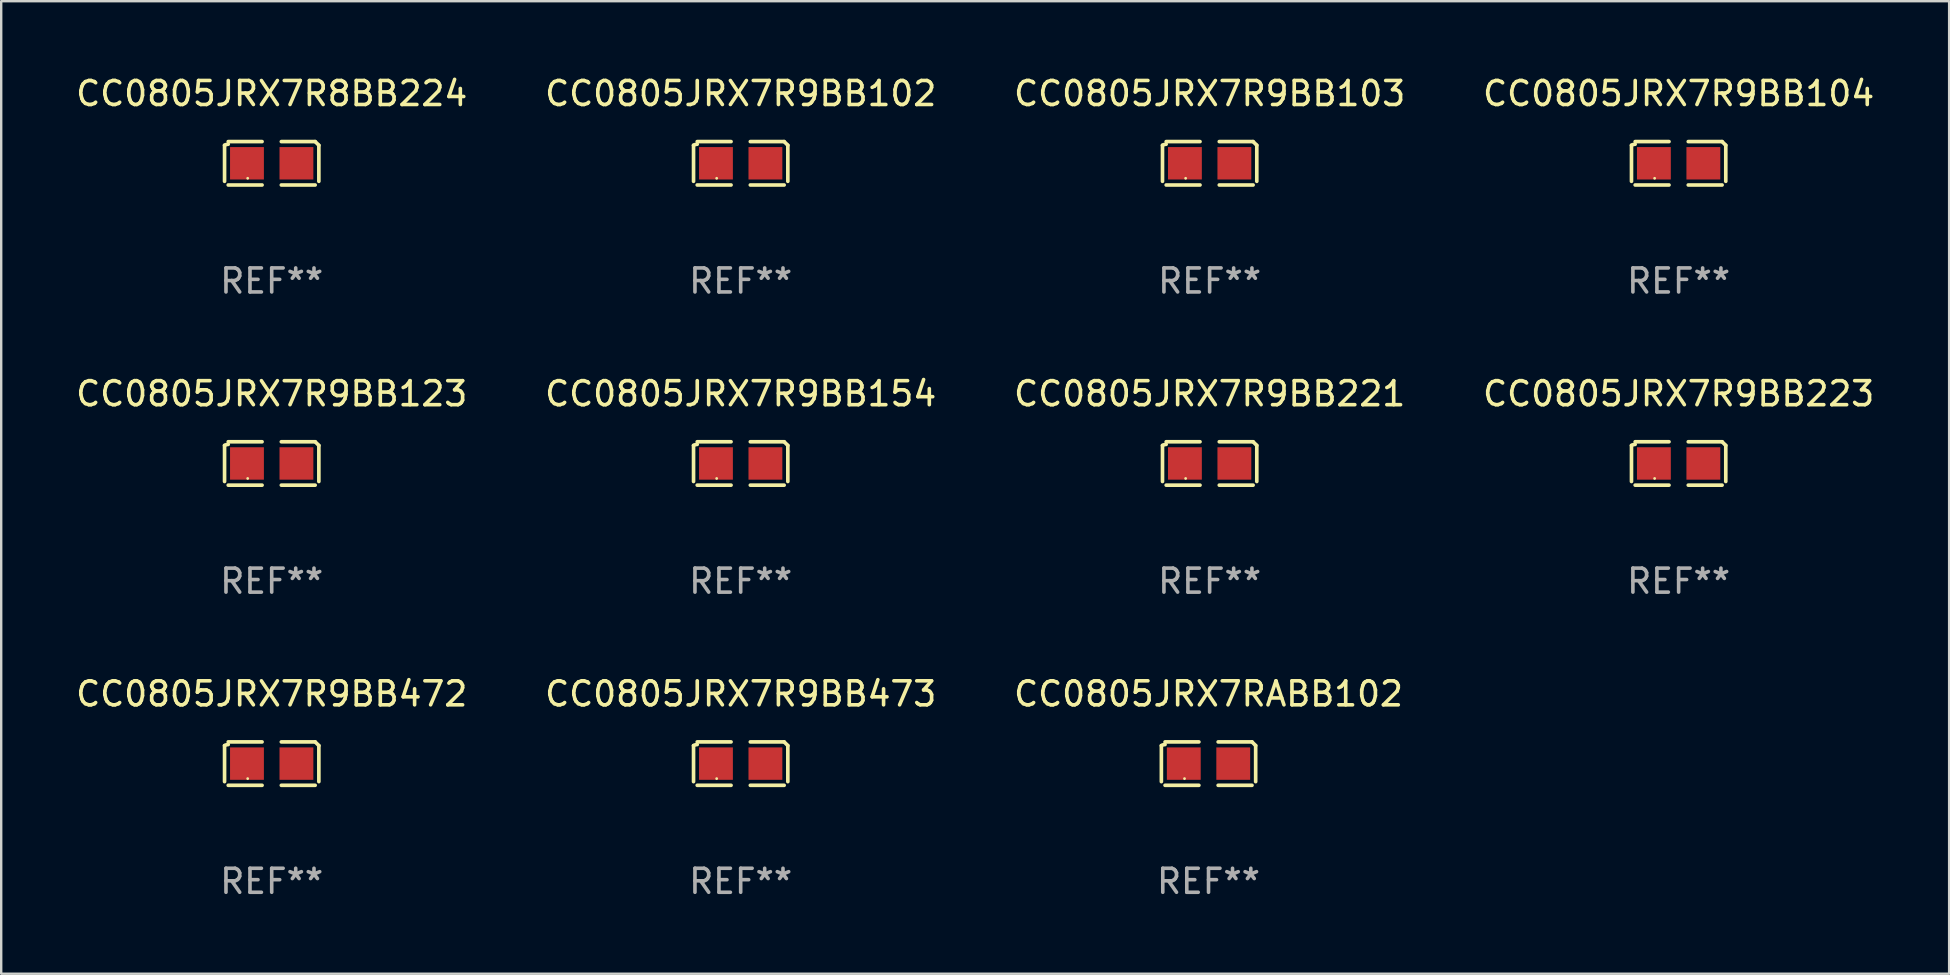
<source format=kicad_pcb>
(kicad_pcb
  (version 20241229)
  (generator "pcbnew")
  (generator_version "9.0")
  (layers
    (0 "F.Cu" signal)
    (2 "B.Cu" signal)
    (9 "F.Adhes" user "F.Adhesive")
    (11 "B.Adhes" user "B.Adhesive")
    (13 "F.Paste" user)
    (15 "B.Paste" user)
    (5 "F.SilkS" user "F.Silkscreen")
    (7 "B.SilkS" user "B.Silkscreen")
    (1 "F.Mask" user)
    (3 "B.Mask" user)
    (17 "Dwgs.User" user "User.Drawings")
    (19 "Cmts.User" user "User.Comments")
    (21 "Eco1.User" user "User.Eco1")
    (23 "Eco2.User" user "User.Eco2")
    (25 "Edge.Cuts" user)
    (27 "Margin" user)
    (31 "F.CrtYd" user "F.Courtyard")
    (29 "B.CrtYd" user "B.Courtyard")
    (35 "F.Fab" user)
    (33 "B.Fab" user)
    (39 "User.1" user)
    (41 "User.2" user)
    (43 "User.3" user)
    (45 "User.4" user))
  (footprint "CC0805JRX7RABB102"
    (layer "F.Cu")
    (at 47.292 28.759)
    (property "Reference" "CC0805JRX7RABB102" (at 0 -2.904 0) (layer "F.SilkS") (effects (font (size 1 1) (thickness 0.15))))
    (attr through_hole)
    (fp_line (start -1.964 0.751) (end -1.964 -0.751) (stroke (width 0.152) (type solid)) (layer "F.SilkS"))
    (fp_line (start -1.811 -0.904) (end -0.401 -0.904) (stroke (width 0.152) (type solid)) (layer "F.SilkS"))
    (fp_line (start -0.401 0.904) (end -1.811 0.904) (stroke (width 0.152) (type solid)) (layer "F.SilkS"))
    (fp_line (start 0.401 0.904) (end 1.811 0.904) (stroke (width 0.152) (type solid)) (layer "F.SilkS"))
    (fp_line (start 1.811 -0.904) (end 0.401 -0.904) (stroke (width 0.152) (type solid)) (layer "F.SilkS"))
    (fp_line (start 1.964 0.751) (end 1.964 -0.751) (stroke (width 0.152) (type solid)) (layer "F.SilkS"))
    (fp_arc (start -1.963602 -0.751207) (mid -1.890354 -0.783131) (end -1.811201 -0.794044) (stroke (width 0.1524) (type solid)) (layer "F.SilkS"))
    (fp_arc (start 1.811202 -0.903607) (mid 1.887413 -0.827418) (end 1.963602 -0.751207) (stroke (width 0.1524) (type solid)) (layer "F.SilkS"))
    (fp_circle (center -1 0.625) (end -0.97 0.625) (stroke (width 0.06) (type solid)) (fill no) (layer "F.SilkS"))
    (fp_text user "REF**" (at 0 4.904 0) (layer "F.Fab") (effects (font (size 1 1) (thickness 0.15))))
    (pad "1" smd rect (at -1.03 0) (size 1.41 1.35) (layers "F.Cu" "F.Mask" "F.Paste"))
    (pad "2" smd rect (at 1.03 0) (size 1.41 1.35) (layers "F.Cu" "F.Mask" "F.Paste")))
  (footprint "CC0805JRX7R8BB224"
    (layer "F.Cu")
    (at 8.268 3.752)
    (property "Reference" "CC0805JRX7R8BB224" (at 0 -2.904 0) (layer "F.SilkS") (effects (font (size 1 1) (thickness 0.15))))
    (attr through_hole)
    (fp_line (start -1.964 0.751) (end -1.964 -0.751) (stroke (width 0.152) (type solid)) (layer "F.SilkS"))
    (fp_line (start -1.811 -0.904) (end -0.401 -0.904) (stroke (width 0.152) (type solid)) (layer "F.SilkS"))
    (fp_line (start -0.401 0.904) (end -1.811 0.904) (stroke (width 0.152) (type solid)) (layer "F.SilkS"))
    (fp_line (start 0.401 0.904) (end 1.811 0.904) (stroke (width 0.152) (type solid)) (layer "F.SilkS"))
    (fp_line (start 1.811 -0.904) (end 0.401 -0.904) (stroke (width 0.152) (type solid)) (layer "F.SilkS"))
    (fp_line (start 1.964 0.751) (end 1.964 -0.751) (stroke (width 0.152) (type solid)) (layer "F.SilkS"))
    (fp_arc (start -1.963602 -0.751207) (mid -1.890354 -0.783131) (end -1.811201 -0.794044) (stroke (width 0.1524) (type solid)) (layer "F.SilkS"))
    (fp_arc (start 1.811202 -0.903607) (mid 1.887413 -0.827418) (end 1.963602 -0.751207) (stroke (width 0.1524) (type solid)) (layer "F.SilkS"))
    (fp_circle (center -1 0.625) (end -0.97 0.625) (stroke (width 0.06) (type solid)) (fill no) (layer "F.SilkS"))
    (fp_text user "REF**" (at 0 4.904 0) (layer "F.Fab") (effects (font (size 1 1) (thickness 0.15))))
    (pad "1" smd rect (at -1.03 0) (size 1.41 1.35) (layers "F.Cu" "F.Mask" "F.Paste"))
    (pad "2" smd rect (at 1.03 0) (size 1.41 1.35) (layers "F.Cu" "F.Mask" "F.Paste")))
  (footprint "CC0805JRX7R9BB104"
    (layer "F.Cu")
    (at 66.875 3.752)
    (property "Reference" "CC0805JRX7R9BB104" (at 0 -2.904 0) (layer "F.SilkS") (effects (font (size 1 1) (thickness 0.15))))
    (attr through_hole)
    (fp_line (start -1.964 0.751) (end -1.964 -0.751) (stroke (width 0.152) (type solid)) (layer "F.SilkS"))
    (fp_line (start -1.811 -0.904) (end -0.401 -0.904) (stroke (width 0.152) (type solid)) (layer "F.SilkS"))
    (fp_line (start -0.401 0.904) (end -1.811 0.904) (stroke (width 0.152) (type solid)) (layer "F.SilkS"))
    (fp_line (start 0.401 0.904) (end 1.811 0.904) (stroke (width 0.152) (type solid)) (layer "F.SilkS"))
    (fp_line (start 1.811 -0.904) (end 0.401 -0.904) (stroke (width 0.152) (type solid)) (layer "F.SilkS"))
    (fp_line (start 1.964 0.751) (end 1.964 -0.751) (stroke (width 0.152) (type solid)) (layer "F.SilkS"))
    (fp_arc (start -1.963602 -0.751207) (mid -1.890354 -0.783131) (end -1.811201 -0.794044) (stroke (width 0.1524) (type solid)) (layer "F.SilkS"))
    (fp_arc (start 1.811202 -0.903607) (mid 1.887413 -0.827418) (end 1.963602 -0.751207) (stroke (width 0.1524) (type solid)) (layer "F.SilkS"))
    (fp_circle (center -1 0.625) (end -0.97 0.625) (stroke (width 0.06) (type solid)) (fill no) (layer "F.SilkS"))
    (fp_text user "REF**" (at 0 4.904 0) (layer "F.Fab") (effects (font (size 1 1) (thickness 0.15))))
    (pad "1" smd rect (at -1.03 0) (size 1.41 1.35) (layers "F.Cu" "F.Mask" "F.Paste"))
    (pad "2" smd rect (at 1.03 0) (size 1.41 1.35) (layers "F.Cu" "F.Mask" "F.Paste")))
  (footprint "CC0805JRX7R9BB102"
    (layer "F.Cu")
    (at 27.804 3.752)
    (property "Reference" "CC0805JRX7R9BB102" (at 0 -2.904 0) (layer "F.SilkS") (effects (font (size 1 1) (thickness 0.15))))
    (attr through_hole)
    (fp_line (start -1.964 0.751) (end -1.964 -0.751) (stroke (width 0.152) (type solid)) (layer "F.SilkS"))
    (fp_line (start -1.811 -0.904) (end -0.401 -0.904) (stroke (width 0.152) (type solid)) (layer "F.SilkS"))
    (fp_line (start -0.401 0.904) (end -1.811 0.904) (stroke (width 0.152) (type solid)) (layer "F.SilkS"))
    (fp_line (start 0.401 0.904) (end 1.811 0.904) (stroke (width 0.152) (type solid)) (layer "F.SilkS"))
    (fp_line (start 1.811 -0.904) (end 0.401 -0.904) (stroke (width 0.152) (type solid)) (layer "F.SilkS"))
    (fp_line (start 1.964 0.751) (end 1.964 -0.751) (stroke (width 0.152) (type solid)) (layer "F.SilkS"))
    (fp_arc (start -1.963602 -0.751207) (mid -1.890354 -0.783131) (end -1.811201 -0.794044) (stroke (width 0.1524) (type solid)) (layer "F.SilkS"))
    (fp_arc (start 1.811202 -0.903607) (mid 1.887413 -0.827418) (end 1.963602 -0.751207) (stroke (width 0.1524) (type solid)) (layer "F.SilkS"))
    (fp_circle (center -1 0.625) (end -0.97 0.625) (stroke (width 0.06) (type solid)) (fill no) (layer "F.SilkS"))
    (fp_text user "REF**" (at 0 4.904 0) (layer "F.Fab") (effects (font (size 1 1) (thickness 0.15))))
    (pad "1" smd rect (at -1.03 0) (size 1.41 1.35) (layers "F.Cu" "F.Mask" "F.Paste"))
    (pad "2" smd rect (at 1.03 0) (size 1.41 1.35) (layers "F.Cu" "F.Mask" "F.Paste")))
  (footprint "CC0805JRX7R9BB223"
    (layer "F.Cu")
    (at 66.875 16.256)
    (property "Reference" "CC0805JRX7R9BB223" (at 0 -2.904 0) (layer "F.SilkS") (effects (font (size 1 1) (thickness 0.15))))
    (attr through_hole)
    (fp_line (start -1.964 0.751) (end -1.964 -0.751) (stroke (width 0.152) (type solid)) (layer "F.SilkS"))
    (fp_line (start -1.811 -0.904) (end -0.401 -0.904) (stroke (width 0.152) (type solid)) (layer "F.SilkS"))
    (fp_line (start -0.401 0.904) (end -1.811 0.904) (stroke (width 0.152) (type solid)) (layer "F.SilkS"))
    (fp_line (start 0.401 0.904) (end 1.811 0.904) (stroke (width 0.152) (type solid)) (layer "F.SilkS"))
    (fp_line (start 1.811 -0.904) (end 0.401 -0.904) (stroke (width 0.152) (type solid)) (layer "F.SilkS"))
    (fp_line (start 1.964 0.751) (end 1.964 -0.751) (stroke (width 0.152) (type solid)) (layer "F.SilkS"))
    (fp_arc (start -1.963602 -0.751207) (mid -1.890354 -0.783131) (end -1.811201 -0.794044) (stroke (width 0.1524) (type solid)) (layer "F.SilkS"))
    (fp_arc (start 1.811202 -0.903607) (mid 1.887413 -0.827418) (end 1.963602 -0.751207) (stroke (width 0.1524) (type solid)) (layer "F.SilkS"))
    (fp_circle (center -1 0.625) (end -0.97 0.625) (stroke (width 0.06) (type solid)) (fill no) (layer "F.SilkS"))
    (fp_text user "REF**" (at 0 4.904 0) (layer "F.Fab") (effects (font (size 1 1) (thickness 0.15))))
    (pad "1" smd rect (at -1.03 0) (size 1.41 1.35) (layers "F.Cu" "F.Mask" "F.Paste"))
    (pad "2" smd rect (at 1.03 0) (size 1.41 1.35) (layers "F.Cu" "F.Mask" "F.Paste")))
  (footprint "CC0805JRX7R9BB473"
    (layer "F.Cu")
    (at 27.804 28.759)
    (property "Reference" "CC0805JRX7R9BB473" (at 0 -2.904 0) (layer "F.SilkS") (effects (font (size 1 1) (thickness 0.15))))
    (attr through_hole)
    (fp_line (start -1.964 0.751) (end -1.964 -0.751) (stroke (width 0.152) (type solid)) (layer "F.SilkS"))
    (fp_line (start -1.811 -0.904) (end -0.401 -0.904) (stroke (width 0.152) (type solid)) (layer "F.SilkS"))
    (fp_line (start -0.401 0.904) (end -1.811 0.904) (stroke (width 0.152) (type solid)) (layer "F.SilkS"))
    (fp_line (start 0.401 0.904) (end 1.811 0.904) (stroke (width 0.152) (type solid)) (layer "F.SilkS"))
    (fp_line (start 1.811 -0.904) (end 0.401 -0.904) (stroke (width 0.152) (type solid)) (layer "F.SilkS"))
    (fp_line (start 1.964 0.751) (end 1.964 -0.751) (stroke (width 0.152) (type solid)) (layer "F.SilkS"))
    (fp_arc (start -1.963602 -0.751207) (mid -1.890354 -0.783131) (end -1.811201 -0.794044) (stroke (width 0.1524) (type solid)) (layer "F.SilkS"))
    (fp_arc (start 1.811202 -0.903607) (mid 1.887413 -0.827418) (end 1.963602 -0.751207) (stroke (width 0.1524) (type solid)) (layer "F.SilkS"))
    (fp_circle (center -1 0.625) (end -0.97 0.625) (stroke (width 0.06) (type solid)) (fill no) (layer "F.SilkS"))
    (fp_text user "REF**" (at 0 4.904 0) (layer "F.Fab") (effects (font (size 1 1) (thickness 0.15))))
    (pad "1" smd rect (at -1.03 0) (size 1.41 1.35) (layers "F.Cu" "F.Mask" "F.Paste"))
    (pad "2" smd rect (at 1.03 0) (size 1.41 1.35) (layers "F.Cu" "F.Mask" "F.Paste")))
  (footprint "CC0805JRX7R9BB154"
    (layer "F.Cu")
    (at 27.804 16.256)
    (property "Reference" "CC0805JRX7R9BB154" (at 0 -2.904 0) (layer "F.SilkS") (effects (font (size 1 1) (thickness 0.15))))
    (attr through_hole)
    (fp_line (start -1.964 0.751) (end -1.964 -0.751) (stroke (width 0.152) (type solid)) (layer "F.SilkS"))
    (fp_line (start -1.811 -0.904) (end -0.401 -0.904) (stroke (width 0.152) (type solid)) (layer "F.SilkS"))
    (fp_line (start -0.401 0.904) (end -1.811 0.904) (stroke (width 0.152) (type solid)) (layer "F.SilkS"))
    (fp_line (start 0.401 0.904) (end 1.811 0.904) (stroke (width 0.152) (type solid)) (layer "F.SilkS"))
    (fp_line (start 1.811 -0.904) (end 0.401 -0.904) (stroke (width 0.152) (type solid)) (layer "F.SilkS"))
    (fp_line (start 1.964 0.751) (end 1.964 -0.751) (stroke (width 0.152) (type solid)) (layer "F.SilkS"))
    (fp_arc (start -1.963602 -0.751207) (mid -1.890354 -0.783131) (end -1.811201 -0.794044) (stroke (width 0.1524) (type solid)) (layer "F.SilkS"))
    (fp_arc (start 1.811202 -0.903607) (mid 1.887413 -0.827418) (end 1.963602 -0.751207) (stroke (width 0.1524) (type solid)) (layer "F.SilkS"))
    (fp_circle (center -1 0.625) (end -0.97 0.625) (stroke (width 0.06) (type solid)) (fill no) (layer "F.SilkS"))
    (fp_text user "REF**" (at 0 4.904 0) (layer "F.Fab") (effects (font (size 1 1) (thickness 0.15))))
    (pad "1" smd rect (at -1.03 0) (size 1.41 1.35) (layers "F.Cu" "F.Mask" "F.Paste"))
    (pad "2" smd rect (at 1.03 0) (size 1.41 1.35) (layers "F.Cu" "F.Mask" "F.Paste")))
  (footprint "CC0805JRX7R9BB123"
    (layer "F.Cu")
    (at 8.268 16.256)
    (property "Reference" "CC0805JRX7R9BB123" (at 0 -2.904 0) (layer "F.SilkS") (effects (font (size 1 1) (thickness 0.15))))
    (attr through_hole)
    (fp_line (start -1.964 0.751) (end -1.964 -0.751) (stroke (width 0.152) (type solid)) (layer "F.SilkS"))
    (fp_line (start -1.811 -0.904) (end -0.401 -0.904) (stroke (width 0.152) (type solid)) (layer "F.SilkS"))
    (fp_line (start -0.401 0.904) (end -1.811 0.904) (stroke (width 0.152) (type solid)) (layer "F.SilkS"))
    (fp_line (start 0.401 0.904) (end 1.811 0.904) (stroke (width 0.152) (type solid)) (layer "F.SilkS"))
    (fp_line (start 1.811 -0.904) (end 0.401 -0.904) (stroke (width 0.152) (type solid)) (layer "F.SilkS"))
    (fp_line (start 1.964 0.751) (end 1.964 -0.751) (stroke (width 0.152) (type solid)) (layer "F.SilkS"))
    (fp_arc (start -1.963602 -0.751207) (mid -1.890354 -0.783131) (end -1.811201 -0.794044) (stroke (width 0.1524) (type solid)) (layer "F.SilkS"))
    (fp_arc (start 1.811202 -0.903607) (mid 1.887413 -0.827418) (end 1.963602 -0.751207) (stroke (width 0.1524) (type solid)) (layer "F.SilkS"))
    (fp_circle (center -1 0.625) (end -0.97 0.625) (stroke (width 0.06) (type solid)) (fill no) (layer "F.SilkS"))
    (fp_text user "REF**" (at 0 4.904 0) (layer "F.Fab") (effects (font (size 1 1) (thickness 0.15))))
    (pad "1" smd rect (at -1.03 0) (size 1.41 1.35) (layers "F.Cu" "F.Mask" "F.Paste"))
    (pad "2" smd rect (at 1.03 0) (size 1.41 1.35) (layers "F.Cu" "F.Mask" "F.Paste")))
  (footprint "CC0805JRX7R9BB103"
    (layer "F.Cu")
    (at 47.339 3.752)
    (property "Reference" "CC0805JRX7R9BB103" (at 0 -2.904 0) (layer "F.SilkS") (effects (font (size 1 1) (thickness 0.15))))
    (attr through_hole)
    (fp_line (start -1.964 0.751) (end -1.964 -0.751) (stroke (width 0.152) (type solid)) (layer "F.SilkS"))
    (fp_line (start -1.811 -0.904) (end -0.401 -0.904) (stroke (width 0.152) (type solid)) (layer "F.SilkS"))
    (fp_line (start -0.401 0.904) (end -1.811 0.904) (stroke (width 0.152) (type solid)) (layer "F.SilkS"))
    (fp_line (start 0.401 0.904) (end 1.811 0.904) (stroke (width 0.152) (type solid)) (layer "F.SilkS"))
    (fp_line (start 1.811 -0.904) (end 0.401 -0.904) (stroke (width 0.152) (type solid)) (layer "F.SilkS"))
    (fp_line (start 1.964 0.751) (end 1.964 -0.751) (stroke (width 0.152) (type solid)) (layer "F.SilkS"))
    (fp_arc (start -1.963602 -0.751207) (mid -1.890354 -0.783131) (end -1.811201 -0.794044) (stroke (width 0.1524) (type solid)) (layer "F.SilkS"))
    (fp_arc (start 1.811202 -0.903607) (mid 1.887413 -0.827418) (end 1.963602 -0.751207) (stroke (width 0.1524) (type solid)) (layer "F.SilkS"))
    (fp_circle (center -1 0.625) (end -0.97 0.625) (stroke (width 0.06) (type solid)) (fill no) (layer "F.SilkS"))
    (fp_text user "REF**" (at 0 4.904 0) (layer "F.Fab") (effects (font (size 1 1) (thickness 0.15))))
    (pad "1" smd rect (at -1.03 0) (size 1.41 1.35) (layers "F.Cu" "F.Mask" "F.Paste"))
    (pad "2" smd rect (at 1.03 0) (size 1.41 1.35) (layers "F.Cu" "F.Mask" "F.Paste")))
  (footprint "CC0805JRX7R9BB472"
    (layer "F.Cu")
    (at 8.268 28.759)
    (property "Reference" "CC0805JRX7R9BB472" (at 0 -2.904 0) (layer "F.SilkS") (effects (font (size 1 1) (thickness 0.15))))
    (attr through_hole)
    (fp_line (start -1.964 0.751) (end -1.964 -0.751) (stroke (width 0.152) (type solid)) (layer "F.SilkS"))
    (fp_line (start -1.811 -0.904) (end -0.401 -0.904) (stroke (width 0.152) (type solid)) (layer "F.SilkS"))
    (fp_line (start -0.401 0.904) (end -1.811 0.904) (stroke (width 0.152) (type solid)) (layer "F.SilkS"))
    (fp_line (start 0.401 0.904) (end 1.811 0.904) (stroke (width 0.152) (type solid)) (layer "F.SilkS"))
    (fp_line (start 1.811 -0.904) (end 0.401 -0.904) (stroke (width 0.152) (type solid)) (layer "F.SilkS"))
    (fp_line (start 1.964 0.751) (end 1.964 -0.751) (stroke (width 0.152) (type solid)) (layer "F.SilkS"))
    (fp_arc (start -1.963602 -0.751207) (mid -1.890354 -0.783131) (end -1.811201 -0.794044) (stroke (width 0.1524) (type solid)) (layer "F.SilkS"))
    (fp_arc (start 1.811202 -0.903607) (mid 1.887413 -0.827418) (end 1.963602 -0.751207) (stroke (width 0.1524) (type solid)) (layer "F.SilkS"))
    (fp_circle (center -1 0.625) (end -0.97 0.625) (stroke (width 0.06) (type solid)) (fill no) (layer "F.SilkS"))
    (fp_text user "REF**" (at 0 4.904 0) (layer "F.Fab") (effects (font (size 1 1) (thickness 0.15))))
    (pad "1" smd rect (at -1.03 0) (size 1.41 1.35) (layers "F.Cu" "F.Mask" "F.Paste"))
    (pad "2" smd rect (at 1.03 0) (size 1.41 1.35) (layers "F.Cu" "F.Mask" "F.Paste")))
  (footprint "CC0805JRX7R9BB221"
    (layer "F.Cu")
    (at 47.339 16.256)
    (property "Reference" "CC0805JRX7R9BB221" (at 0 -2.904 0) (layer "F.SilkS") (effects (font (size 1 1) (thickness 0.15))))
    (attr through_hole)
    (fp_line (start -1.964 0.751) (end -1.964 -0.751) (stroke (width 0.152) (type solid)) (layer "F.SilkS"))
    (fp_line (start -1.811 -0.904) (end -0.401 -0.904) (stroke (width 0.152) (type solid)) (layer "F.SilkS"))
    (fp_line (start -0.401 0.904) (end -1.811 0.904) (stroke (width 0.152) (type solid)) (layer "F.SilkS"))
    (fp_line (start 0.401 0.904) (end 1.811 0.904) (stroke (width 0.152) (type solid)) (layer "F.SilkS"))
    (fp_line (start 1.811 -0.904) (end 0.401 -0.904) (stroke (width 0.152) (type solid)) (layer "F.SilkS"))
    (fp_line (start 1.964 0.751) (end 1.964 -0.751) (stroke (width 0.152) (type solid)) (layer "F.SilkS"))
    (fp_arc (start -1.963602 -0.751207) (mid -1.890354 -0.783131) (end -1.811201 -0.794044) (stroke (width 0.1524) (type solid)) (layer "F.SilkS"))
    (fp_arc (start 1.811202 -0.903607) (mid 1.887413 -0.827418) (end 1.963602 -0.751207) (stroke (width 0.1524) (type solid)) (layer "F.SilkS"))
    (fp_circle (center -1 0.625) (end -0.97 0.625) (stroke (width 0.06) (type solid)) (fill no) (layer "F.SilkS"))
    (fp_text user "REF**" (at 0 4.904 0) (layer "F.Fab") (effects (font (size 1 1) (thickness 0.15))))
    (pad "1" smd rect (at -1.03 0) (size 1.41 1.35) (layers "F.Cu" "F.Mask" "F.Paste"))
    (pad "2" smd rect (at 1.03 0) (size 1.41 1.35) (layers "F.Cu" "F.Mask" "F.Paste")))
  (gr_rect
    (start -3 -3)
    (end 78.143 37.511)
    (stroke (width 0.1) (type default))
    (fill no)
    (layer "Edge.Cuts")))
</source>
